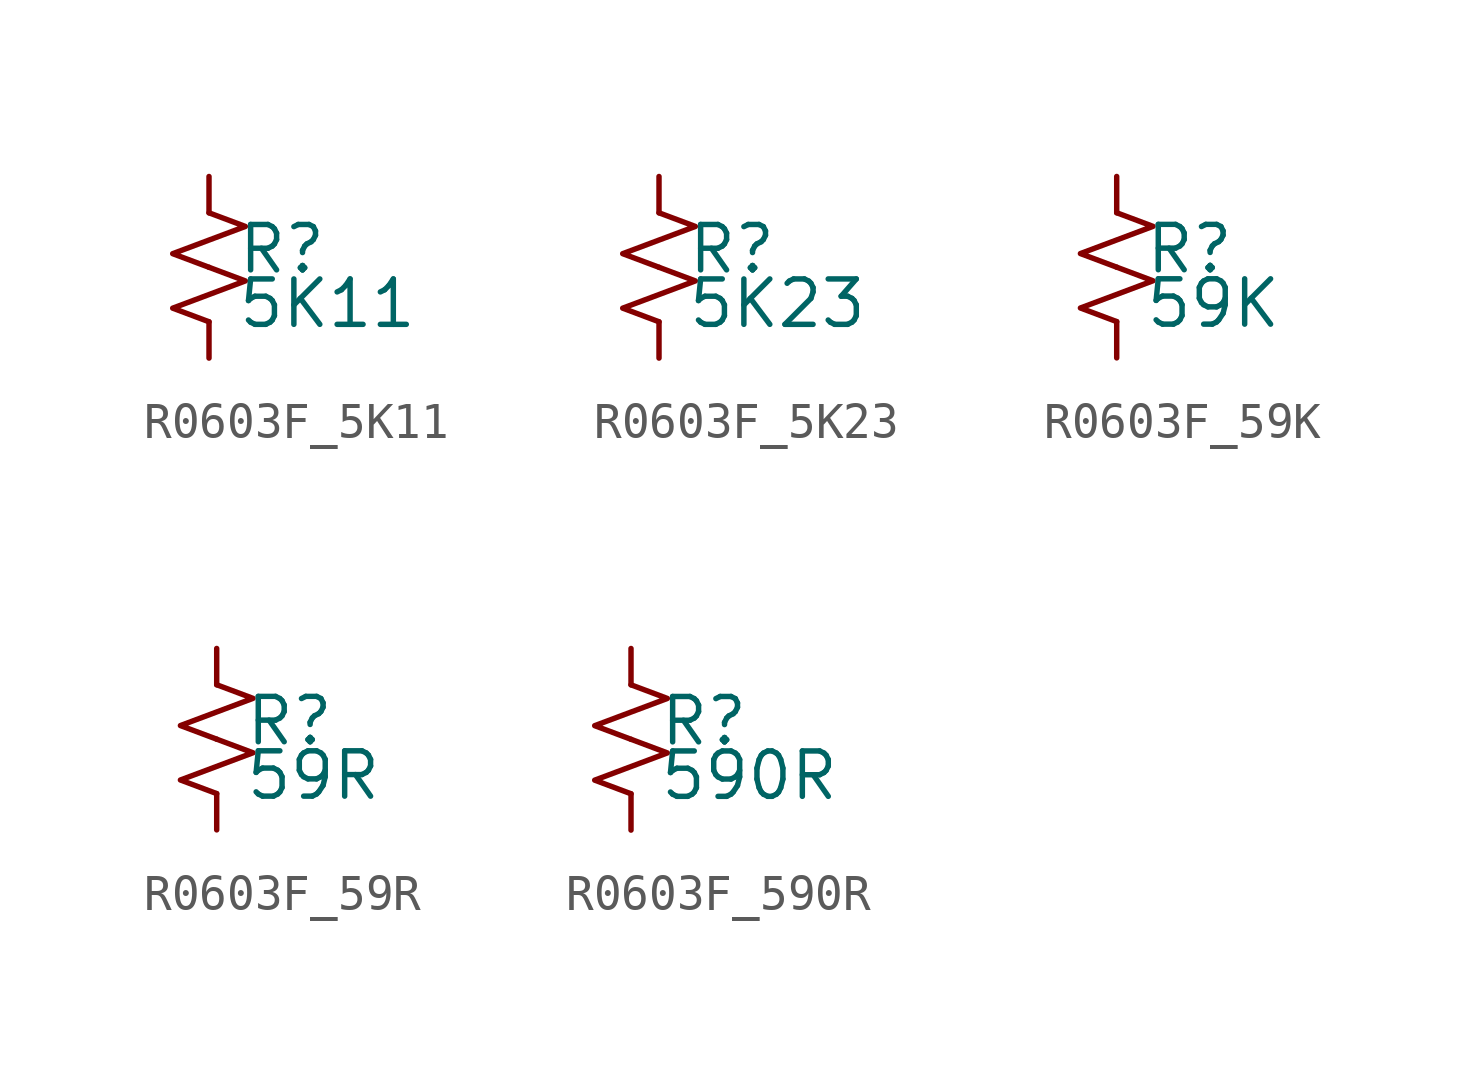
<source format=kicad_sym>
(kicad_symbol_lib
  (version 20220914)
  (generator kicad_symbol_editor)
  (symbol "R0603F_5K11"
    (pin_numbers hide)
    (pin_names
      (offset 0.254) hide)
    (property "Reference" "R"
      (at 0.762 0.508 0)
      (effects (font (size 1.27 1.27)) (justify left)))
    (property "Value" "5K11"
      (at 0.762 -1.016 0)
      (effects (font (size 1.27 1.27)) (justify left)))
    (symbol "R0603F_5K11_1_1"
      (polyline (pts (xy 0 0) (xy 1.016 -0.381) (xy 0 -0.762) (xy -1.016 -1.143) (xy 0 -1.524)) (stroke (width 0) (type default)) (fill (type none)))
      (polyline (pts (xy 0 1.524) (xy 1.016 1.143) (xy 0 0.762) (xy -1.016 0.381) (xy 0 0)) (stroke (width 0) (type default)) (fill (type none)))
      (pin passive line (at 0 2.54 270) (length 1.016) (name "~" (effects (font (size 1.27 1.27)))) (number "1" (effects (font (size 1.27 1.27)))))
      (pin passive line (at 0 -2.54 90) (length 1.016) (name "~" (effects (font (size 1.27 1.27)))) (number "2" (effects (font (size 1.27 1.27)))))))
  (symbol "R0603F_5K23"
    (pin_numbers hide)
    (pin_names
      (offset 0.254) hide)
    (property "Reference" "R"
      (at 0.762 0.508 0)
      (effects (font (size 1.27 1.27)) (justify left)))
    (property "Value" "5K23"
      (at 0.762 -1.016 0)
      (effects (font (size 1.27 1.27)) (justify left)))
    (symbol "R0603F_5K23_1_1"
      (polyline (pts (xy 0 0) (xy 1.016 -0.381) (xy 0 -0.762) (xy -1.016 -1.143) (xy 0 -1.524)) (stroke (width 0) (type default)) (fill (type none)))
      (polyline (pts (xy 0 1.524) (xy 1.016 1.143) (xy 0 0.762) (xy -1.016 0.381) (xy 0 0)) (stroke (width 0) (type default)) (fill (type none)))
      (pin passive line (at 0 2.54 270) (length 1.016) (name "~" (effects (font (size 1.27 1.27)))) (number "1" (effects (font (size 1.27 1.27)))))
      (pin passive line (at 0 -2.54 90) (length 1.016) (name "~" (effects (font (size 1.27 1.27)))) (number "2" (effects (font (size 1.27 1.27)))))))
  (symbol "R0603F_59K"
    (pin_numbers hide)
    (pin_names
      (offset 0.254) hide)
    (property "Reference" "R"
      (at 0.762 0.508 0)
      (effects (font (size 1.27 1.27)) (justify left)))
    (property "Value" "59K"
      (at 0.762 -1.016 0)
      (effects (font (size 1.27 1.27)) (justify left)))
    (symbol "R0603F_59K_1_1"
      (polyline (pts (xy 0 0) (xy 1.016 -0.381) (xy 0 -0.762) (xy -1.016 -1.143) (xy 0 -1.524)) (stroke (width 0) (type default)) (fill (type none)))
      (polyline (pts (xy 0 1.524) (xy 1.016 1.143) (xy 0 0.762) (xy -1.016 0.381) (xy 0 0)) (stroke (width 0) (type default)) (fill (type none)))
      (pin passive line (at 0 2.54 270) (length 1.016) (name "~" (effects (font (size 1.27 1.27)))) (number "1" (effects (font (size 1.27 1.27)))))
      (pin passive line (at 0 -2.54 90) (length 1.016) (name "~" (effects (font (size 1.27 1.27)))) (number "2" (effects (font (size 1.27 1.27)))))))
  (symbol "R0603F_59R"
    (pin_numbers hide)
    (pin_names
      (offset 0.254) hide)
    (property "Reference" "R"
      (at 0.762 0.508 0)
      (effects (font (size 1.27 1.27)) (justify left)))
    (property "Value" "59R"
      (at 0.762 -1.016 0)
      (effects (font (size 1.27 1.27)) (justify left)))
    (symbol "R0603F_59R_1_1"
      (polyline (pts (xy 0 0) (xy 1.016 -0.381) (xy 0 -0.762) (xy -1.016 -1.143) (xy 0 -1.524)) (stroke (width 0) (type default)) (fill (type none)))
      (polyline (pts (xy 0 1.524) (xy 1.016 1.143) (xy 0 0.762) (xy -1.016 0.381) (xy 0 0)) (stroke (width 0) (type default)) (fill (type none)))
      (pin passive line (at 0 2.54 270) (length 1.016) (name "~" (effects (font (size 1.27 1.27)))) (number "1" (effects (font (size 1.27 1.27)))))
      (pin passive line (at 0 -2.54 90) (length 1.016) (name "~" (effects (font (size 1.27 1.27)))) (number "2" (effects (font (size 1.27 1.27)))))))
  (symbol "R0603F_590R"
    (pin_numbers hide)
    (pin_names
      (offset 0.254) hide)
    (property "Reference" "R"
      (at 0.762 0.508 0)
      (effects (font (size 1.27 1.27)) (justify left)))
    (property "Value" "590R"
      (at 0.762 -1.016 0)
      (effects (font (size 1.27 1.27)) (justify left)))
    (symbol "R0603F_590R_1_1"
      (polyline (pts (xy 0 0) (xy 1.016 -0.381) (xy 0 -0.762) (xy -1.016 -1.143) (xy 0 -1.524)) (stroke (width 0) (type default)) (fill (type none)))
      (polyline (pts (xy 0 1.524) (xy 1.016 1.143) (xy 0 0.762) (xy -1.016 0.381) (xy 0 0)) (stroke (width 0) (type default)) (fill (type none)))
      (pin passive line (at 0 2.54 270) (length 1.016) (name "~" (effects (font (size 1.27 1.27)))) (number "1" (effects (font (size 1.27 1.27)))))
      (pin passive line (at 0 -2.54 90) (length 1.016) (name "~" (effects (font (size 1.27 1.27)))) (number "2" (effects (font (size 1.27 1.27))))))))
</source>
